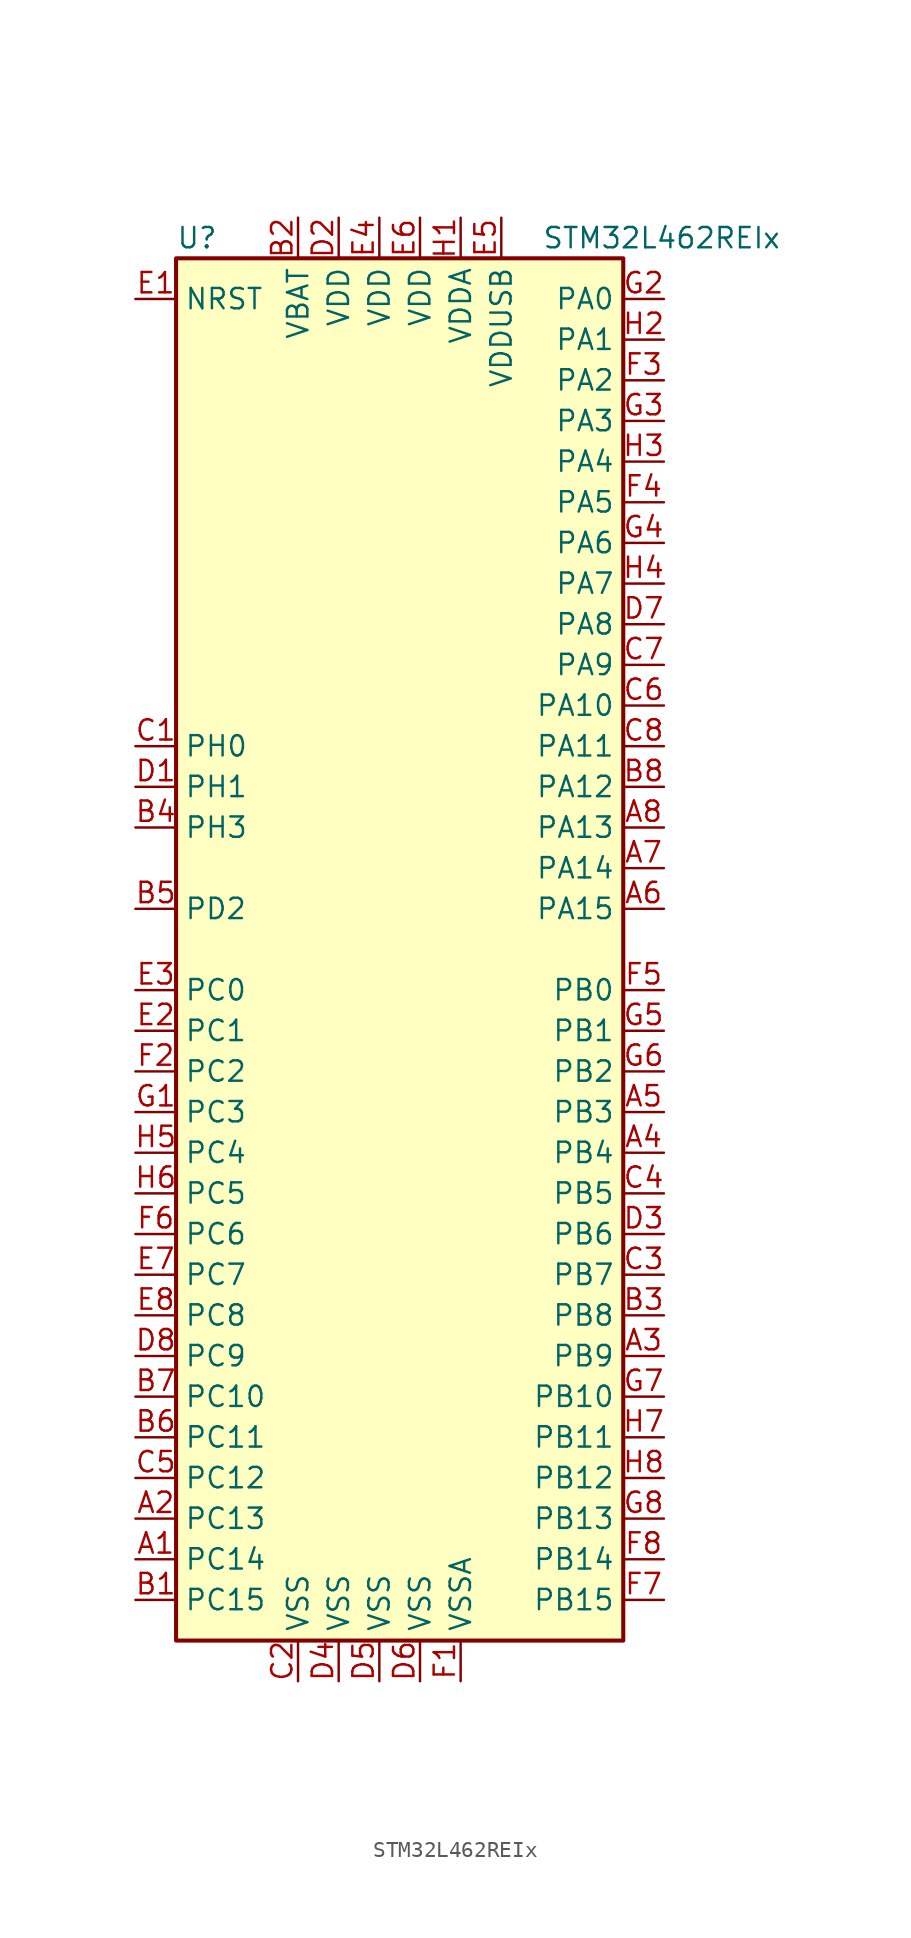
<source format=kicad_sym>
(kicad_symbol_lib
  (version 20211014)
  (generator kicad_symbol_editor)
  (symbol "STM32L462REIx"
    (property "Reference" "U"
      (at -15.24 44.45 0)
      (effects (font (size 1.27 1.27)) (justify left)))
    (property "Value" "STM32L462REIx"
      (at 7.62 44.45 0)
      (effects (font (size 1.27 1.27)) (justify left)))
    (symbol "STM32L462REIx_0_1"
      (rectangle (start -15.24 -43.18) (end 12.7 43.18) (stroke (width 0.254) (type default) (color 0 0 0 0)) (fill (type background))))
    (symbol "STM32L462REIx_1_1"
      (pin bidirectional line (at -17.78 -38.1 0) (length 2.54) (name "PC14" (effects (font (size 1.27 1.27)))) (number "A1" (effects (font (size 1.27 1.27)))))
      (pin bidirectional line (at -17.78 -35.56 0) (length 2.54) (name "PC13" (effects (font (size 1.27 1.27)))) (number "A2" (effects (font (size 1.27 1.27)))))
      (pin bidirectional line (at 15.24 -25.4 180) (length 2.54) (name "PB9" (effects (font (size 1.27 1.27)))) (number "A3" (effects (font (size 1.27 1.27)))))
      (pin bidirectional line (at 15.24 -12.7 180) (length 2.54) (name "PB4" (effects (font (size 1.27 1.27)))) (number "A4" (effects (font (size 1.27 1.27)))))
      (pin bidirectional line (at 15.24 -10.16 180) (length 2.54) (name "PB3" (effects (font (size 1.27 1.27)))) (number "A5" (effects (font (size 1.27 1.27)))))
      (pin bidirectional line (at 15.24 2.54 180) (length 2.54) (name "PA15" (effects (font (size 1.27 1.27)))) (number "A6" (effects (font (size 1.27 1.27)))))
      (pin bidirectional line (at 15.24 5.08 180) (length 2.54) (name "PA14" (effects (font (size 1.27 1.27)))) (number "A7" (effects (font (size 1.27 1.27)))))
      (pin bidirectional line (at 15.24 7.62 180) (length 2.54) (name "PA13" (effects (font (size 1.27 1.27)))) (number "A8" (effects (font (size 1.27 1.27)))))
      (pin bidirectional line (at -17.78 -40.64 0) (length 2.54) (name "PC15" (effects (font (size 1.27 1.27)))) (number "B1" (effects (font (size 1.27 1.27)))))
      (pin power_in line (at -7.62 45.72 270) (length 2.54) (name "VBAT" (effects (font (size 1.27 1.27)))) (number "B2" (effects (font (size 1.27 1.27)))))
      (pin bidirectional line (at 15.24 -22.86 180) (length 2.54) (name "PB8" (effects (font (size 1.27 1.27)))) (number "B3" (effects (font (size 1.27 1.27)))))
      (pin bidirectional line (at -17.78 7.62 0) (length 2.54) (name "PH3" (effects (font (size 1.27 1.27)))) (number "B4" (effects (font (size 1.27 1.27)))))
      (pin bidirectional line (at -17.78 2.54 0) (length 2.54) (name "PD2" (effects (font (size 1.27 1.27)))) (number "B5" (effects (font (size 1.27 1.27)))))
      (pin bidirectional line (at -17.78 -30.48 0) (length 2.54) (name "PC11" (effects (font (size 1.27 1.27)))) (number "B6" (effects (font (size 1.27 1.27)))))
      (pin bidirectional line (at -17.78 -27.94 0) (length 2.54) (name "PC10" (effects (font (size 1.27 1.27)))) (number "B7" (effects (font (size 1.27 1.27)))))
      (pin bidirectional line (at 15.24 10.16 180) (length 2.54) (name "PA12" (effects (font (size 1.27 1.27)))) (number "B8" (effects (font (size 1.27 1.27)))))
      (pin input line (at -17.78 12.7 0) (length 2.54) (name "PH0" (effects (font (size 1.27 1.27)))) (number "C1" (effects (font (size 1.27 1.27)))))
      (pin power_in line (at -7.62 -45.72 90) (length 2.54) (name "VSS" (effects (font (size 1.27 1.27)))) (number "C2" (effects (font (size 1.27 1.27)))))
      (pin bidirectional line (at 15.24 -20.32 180) (length 2.54) (name "PB7" (effects (font (size 1.27 1.27)))) (number "C3" (effects (font (size 1.27 1.27)))))
      (pin bidirectional line (at 15.24 -15.24 180) (length 2.54) (name "PB5" (effects (font (size 1.27 1.27)))) (number "C4" (effects (font (size 1.27 1.27)))))
      (pin bidirectional line (at -17.78 -33.02 0) (length 2.54) (name "PC12" (effects (font (size 1.27 1.27)))) (number "C5" (effects (font (size 1.27 1.27)))))
      (pin bidirectional line (at 15.24 15.24 180) (length 2.54) (name "PA10" (effects (font (size 1.27 1.27)))) (number "C6" (effects (font (size 1.27 1.27)))))
      (pin bidirectional line (at 15.24 17.78 180) (length 2.54) (name "PA9" (effects (font (size 1.27 1.27)))) (number "C7" (effects (font (size 1.27 1.27)))))
      (pin bidirectional line (at 15.24 12.7 180) (length 2.54) (name "PA11" (effects (font (size 1.27 1.27)))) (number "C8" (effects (font (size 1.27 1.27)))))
      (pin input line (at -17.78 10.16 0) (length 2.54) (name "PH1" (effects (font (size 1.27 1.27)))) (number "D1" (effects (font (size 1.27 1.27)))))
      (pin power_in line (at -5.08 45.72 270) (length 2.54) (name "VDD" (effects (font (size 1.27 1.27)))) (number "D2" (effects (font (size 1.27 1.27)))))
      (pin bidirectional line (at 15.24 -17.78 180) (length 2.54) (name "PB6" (effects (font (size 1.27 1.27)))) (number "D3" (effects (font (size 1.27 1.27)))))
      (pin power_in line (at -5.08 -45.72 90) (length 2.54) (name "VSS" (effects (font (size 1.27 1.27)))) (number "D4" (effects (font (size 1.27 1.27)))))
      (pin power_in line (at -2.54 -45.72 90) (length 2.54) (name "VSS" (effects (font (size 1.27 1.27)))) (number "D5" (effects (font (size 1.27 1.27)))))
      (pin power_in line (at 0 -45.72 90) (length 2.54) (name "VSS" (effects (font (size 1.27 1.27)))) (number "D6" (effects (font (size 1.27 1.27)))))
      (pin bidirectional line (at 15.24 20.32 180) (length 2.54) (name "PA8" (effects (font (size 1.27 1.27)))) (number "D7" (effects (font (size 1.27 1.27)))))
      (pin bidirectional line (at -17.78 -25.4 0) (length 2.54) (name "PC9" (effects (font (size 1.27 1.27)))) (number "D8" (effects (font (size 1.27 1.27)))))
      (pin input line (at -17.78 40.64 0) (length 2.54) (name "NRST" (effects (font (size 1.27 1.27)))) (number "E1" (effects (font (size 1.27 1.27)))))
      (pin bidirectional line (at -17.78 -5.08 0) (length 2.54) (name "PC1" (effects (font (size 1.27 1.27)))) (number "E2" (effects (font (size 1.27 1.27)))))
      (pin bidirectional line (at -17.78 -2.54 0) (length 2.54) (name "PC0" (effects (font (size 1.27 1.27)))) (number "E3" (effects (font (size 1.27 1.27)))))
      (pin power_in line (at -2.54 45.72 270) (length 2.54) (name "VDD" (effects (font (size 1.27 1.27)))) (number "E4" (effects (font (size 1.27 1.27)))))
      (pin power_in line (at 5.08 45.72 270) (length 2.54) (name "VDDUSB" (effects (font (size 1.27 1.27)))) (number "E5" (effects (font (size 1.27 1.27)))))
      (pin power_in line (at 0 45.72 270) (length 2.54) (name "VDD" (effects (font (size 1.27 1.27)))) (number "E6" (effects (font (size 1.27 1.27)))))
      (pin bidirectional line (at -17.78 -20.32 0) (length 2.54) (name "PC7" (effects (font (size 1.27 1.27)))) (number "E7" (effects (font (size 1.27 1.27)))))
      (pin bidirectional line (at -17.78 -22.86 0) (length 2.54) (name "PC8" (effects (font (size 1.27 1.27)))) (number "E8" (effects (font (size 1.27 1.27)))))
      (pin power_in line (at 2.54 -45.72 90) (length 2.54) (name "VSSA" (effects (font (size 1.27 1.27)))) (number "F1" (effects (font (size 1.27 1.27)))))
      (pin bidirectional line (at -17.78 -7.62 0) (length 2.54) (name "PC2" (effects (font (size 1.27 1.27)))) (number "F2" (effects (font (size 1.27 1.27)))))
      (pin bidirectional line (at 15.24 35.56 180) (length 2.54) (name "PA2" (effects (font (size 1.27 1.27)))) (number "F3" (effects (font (size 1.27 1.27)))))
      (pin bidirectional line (at 15.24 27.94 180) (length 2.54) (name "PA5" (effects (font (size 1.27 1.27)))) (number "F4" (effects (font (size 1.27 1.27)))))
      (pin bidirectional line (at 15.24 -2.54 180) (length 2.54) (name "PB0" (effects (font (size 1.27 1.27)))) (number "F5" (effects (font (size 1.27 1.27)))))
      (pin bidirectional line (at -17.78 -17.78 0) (length 2.54) (name "PC6" (effects (font (size 1.27 1.27)))) (number "F6" (effects (font (size 1.27 1.27)))))
      (pin bidirectional line (at 15.24 -40.64 180) (length 2.54) (name "PB15" (effects (font (size 1.27 1.27)))) (number "F7" (effects (font (size 1.27 1.27)))))
      (pin bidirectional line (at 15.24 -38.1 180) (length 2.54) (name "PB14" (effects (font (size 1.27 1.27)))) (number "F8" (effects (font (size 1.27 1.27)))))
      (pin bidirectional line (at -17.78 -10.16 0) (length 2.54) (name "PC3" (effects (font (size 1.27 1.27)))) (number "G1" (effects (font (size 1.27 1.27)))))
      (pin bidirectional line (at 15.24 40.64 180) (length 2.54) (name "PA0" (effects (font (size 1.27 1.27)))) (number "G2" (effects (font (size 1.27 1.27)))))
      (pin bidirectional line (at 15.24 33.02 180) (length 2.54) (name "PA3" (effects (font (size 1.27 1.27)))) (number "G3" (effects (font (size 1.27 1.27)))))
      (pin bidirectional line (at 15.24 25.4 180) (length 2.54) (name "PA6" (effects (font (size 1.27 1.27)))) (number "G4" (effects (font (size 1.27 1.27)))))
      (pin bidirectional line (at 15.24 -5.08 180) (length 2.54) (name "PB1" (effects (font (size 1.27 1.27)))) (number "G5" (effects (font (size 1.27 1.27)))))
      (pin bidirectional line (at 15.24 -7.62 180) (length 2.54) (name "PB2" (effects (font (size 1.27 1.27)))) (number "G6" (effects (font (size 1.27 1.27)))))
      (pin bidirectional line (at 15.24 -27.94 180) (length 2.54) (name "PB10" (effects (font (size 1.27 1.27)))) (number "G7" (effects (font (size 1.27 1.27)))))
      (pin bidirectional line (at 15.24 -35.56 180) (length 2.54) (name "PB13" (effects (font (size 1.27 1.27)))) (number "G8" (effects (font (size 1.27 1.27)))))
      (pin power_in line (at 2.54 45.72 270) (length 2.54) (name "VDDA" (effects (font (size 1.27 1.27)))) (number "H1" (effects (font (size 1.27 1.27)))))
      (pin bidirectional line (at 15.24 38.1 180) (length 2.54) (name "PA1" (effects (font (size 1.27 1.27)))) (number "H2" (effects (font (size 1.27 1.27)))))
      (pin bidirectional line (at 15.24 30.48 180) (length 2.54) (name "PA4" (effects (font (size 1.27 1.27)))) (number "H3" (effects (font (size 1.27 1.27)))))
      (pin bidirectional line (at 15.24 22.86 180) (length 2.54) (name "PA7" (effects (font (size 1.27 1.27)))) (number "H4" (effects (font (size 1.27 1.27)))))
      (pin bidirectional line (at -17.78 -12.7 0) (length 2.54) (name "PC4" (effects (font (size 1.27 1.27)))) (number "H5" (effects (font (size 1.27 1.27)))))
      (pin bidirectional line (at -17.78 -15.24 0) (length 2.54) (name "PC5" (effects (font (size 1.27 1.27)))) (number "H6" (effects (font (size 1.27 1.27)))))
      (pin bidirectional line (at 15.24 -30.48 180) (length 2.54) (name "PB11" (effects (font (size 1.27 1.27)))) (number "H7" (effects (font (size 1.27 1.27)))))
      (pin bidirectional line (at 15.24 -33.02 180) (length 2.54) (name "PB12" (effects (font (size 1.27 1.27)))) (number "H8" (effects (font (size 1.27 1.27))))))))
</source>
